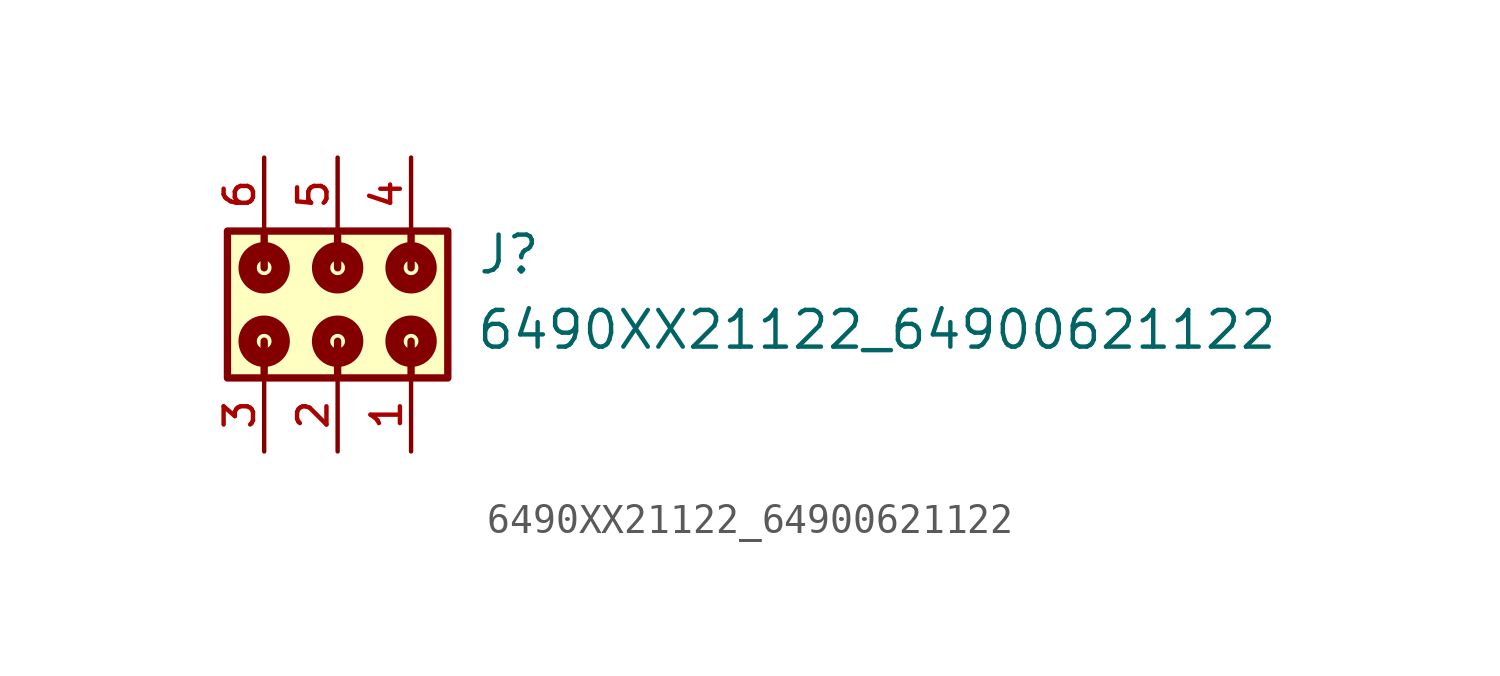
<source format=kicad_sym>
(kicad_symbol_lib
  (version 20211014)
  (generator kicad_symbol_editor)
  (symbol "6490XX21122_64900621122"
    (pin_names
      (offset 1.016))
    (property "Reference" "J"
      (at 4.8 0.985 0)
      (effects (font (size 1.27 1.27)) (justify bottom left)))
    (property "Value" "6490XX21122_64900621122"
      (at 4.76 -1.62 0)
      (effects (font (size 1.27 1.27)) (justify bottom left)))
    (symbol "6490XX21122_64900621122_0_0"
      (polyline (pts (xy 2.54 1.27) (xy 2.54 2.54)) (stroke (width 0.254)))
      (polyline (pts (xy 2.54 -1.27) (xy 2.54 -2.54)) (stroke (width 0.254)))
      (polyline (pts (xy 0.0 1.27) (xy 0.0 2.54)) (stroke (width 0.254)))
      (polyline (pts (xy 0.0 -1.27) (xy 0.0 -2.54)) (stroke (width 0.254)))
      (polyline (pts (xy -2.54 1.27) (xy -2.54 2.54)) (stroke (width 0.254)))
      (polyline (pts (xy -2.54 -1.27) (xy -2.54 -2.54)) (stroke (width 0.254)))
      (circle (center 2.54 1.27) (radius 0.254) (stroke (width 0.635)) (fill (type none)))
      (circle (center 2.54 -1.27) (radius 0.254) (stroke (width 0.635)) (fill (type none)))
      (circle (center 0.0 1.27) (radius 0.254) (stroke (width 0.635)) (fill (type none)))
      (circle (center 0.0 -1.27) (radius 0.254) (stroke (width 0.635)) (fill (type none)))
      (circle (center -2.54 1.27) (radius 0.254) (stroke (width 0.635)) (fill (type none)))
      (circle (center -2.54 -1.27) (radius 0.254) (stroke (width 0.635)) (fill (type none)))
      (rectangle (start -3.81 -2.54) (end 3.81 2.54) (stroke (width 0.254)) (fill (type background)))
      (pin passive line (at 2.54 -5.08 90.0) (length 2.54) (name "~" (effects (font (size 1.016 1.016)))) (number "1" (effects (font (size 1.016 1.016)))))
      (pin passive line (at 0.0 -5.08 90.0) (length 2.54) (name "~" (effects (font (size 1.016 1.016)))) (number "2" (effects (font (size 1.016 1.016)))))
      (pin passive line (at -2.54 -5.08 90.0) (length 2.54) (name "~" (effects (font (size 1.016 1.016)))) (number "3" (effects (font (size 1.016 1.016)))))
      (pin passive line (at 2.54 5.08 270.0) (length 2.54) (name "~" (effects (font (size 1.016 1.016)))) (number "4" (effects (font (size 1.016 1.016)))))
      (pin passive line (at 0.0 5.08 270.0) (length 2.54) (name "~" (effects (font (size 1.016 1.016)))) (number "5" (effects (font (size 1.016 1.016)))))
      (pin passive line (at -2.54 5.08 270.0) (length 2.54) (name "~" (effects (font (size 1.016 1.016)))) (number "6" (effects (font (size 1.016 1.016))))))))
</source>
